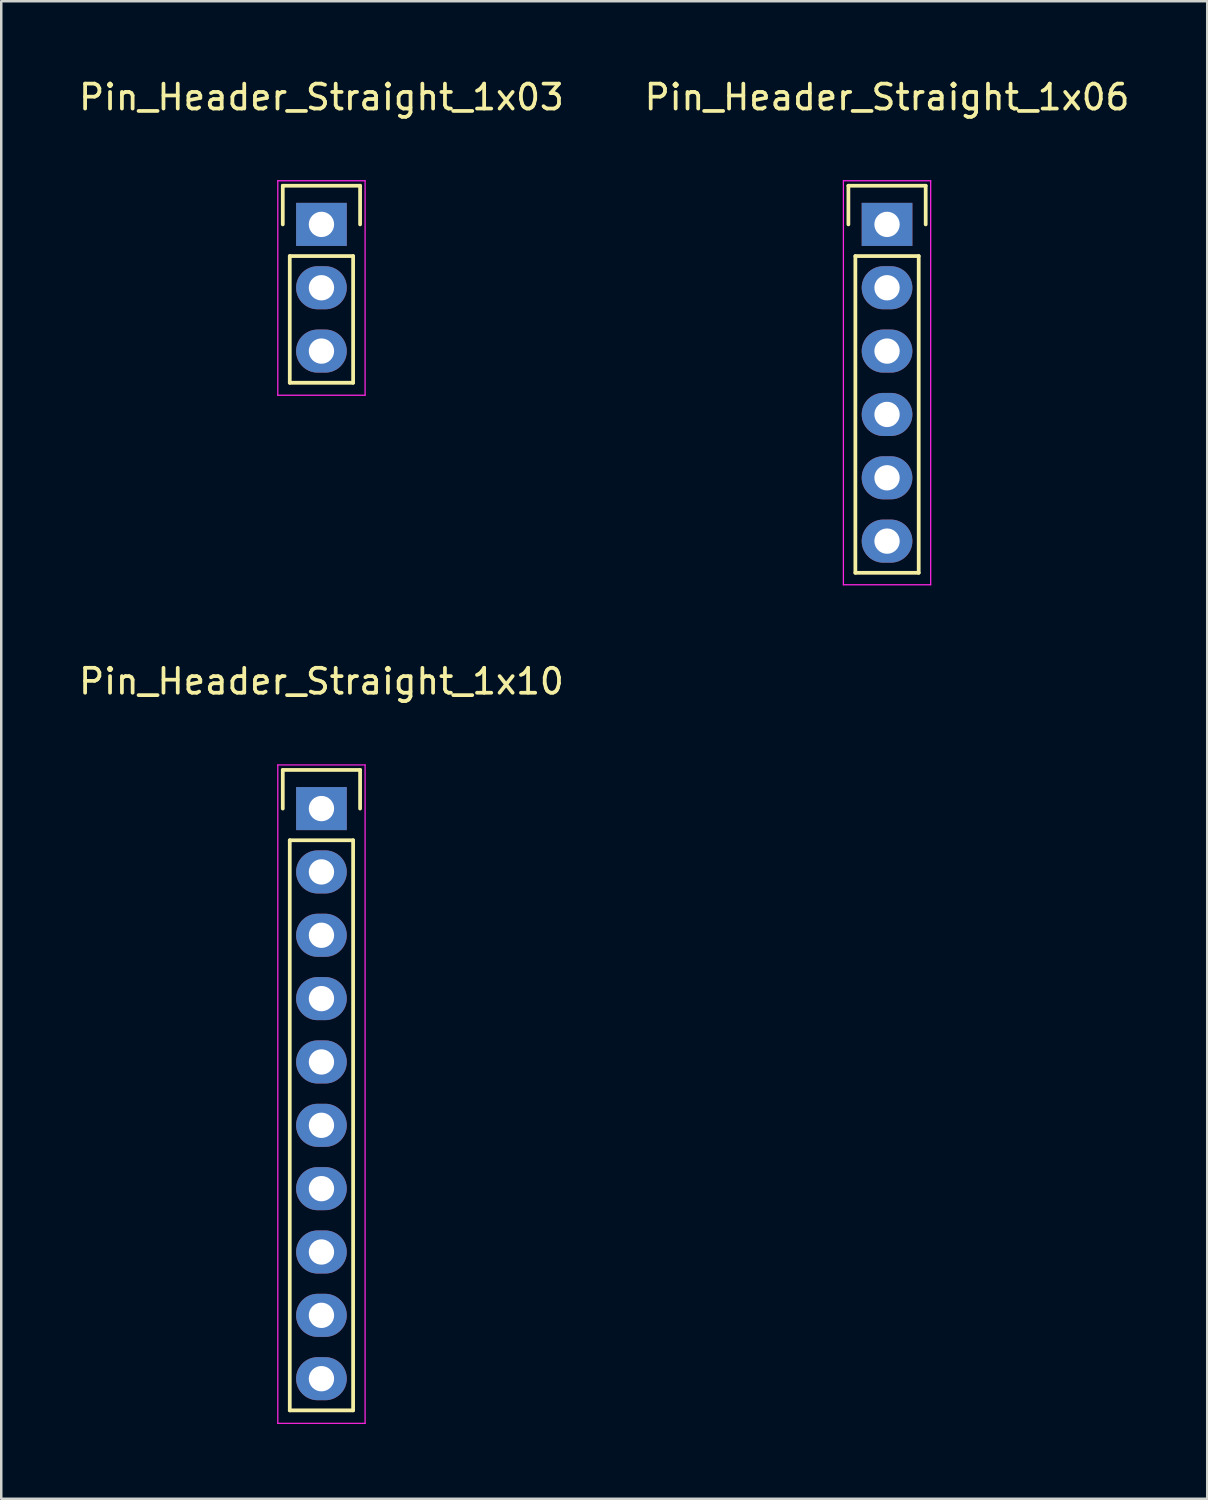
<source format=kicad_pcb>
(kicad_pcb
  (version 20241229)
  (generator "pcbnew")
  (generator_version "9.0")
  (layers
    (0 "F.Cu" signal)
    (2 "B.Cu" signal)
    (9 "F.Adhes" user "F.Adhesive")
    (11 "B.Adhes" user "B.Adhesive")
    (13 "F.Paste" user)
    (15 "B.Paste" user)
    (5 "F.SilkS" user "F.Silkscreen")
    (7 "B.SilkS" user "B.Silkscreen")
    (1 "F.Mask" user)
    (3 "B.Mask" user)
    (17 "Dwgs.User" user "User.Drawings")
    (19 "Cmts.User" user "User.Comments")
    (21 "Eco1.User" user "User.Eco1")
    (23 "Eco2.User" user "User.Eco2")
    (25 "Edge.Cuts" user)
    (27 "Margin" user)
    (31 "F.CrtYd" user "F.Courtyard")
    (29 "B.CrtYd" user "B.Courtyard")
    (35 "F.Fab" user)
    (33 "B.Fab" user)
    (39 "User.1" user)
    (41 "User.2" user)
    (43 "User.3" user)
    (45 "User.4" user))
  (footprint "Pin_Header_Straight_1x06"
    (layer "F.Cu")
    (at 32.518 5.948)
    (property "Reference" "Pin_Header_Straight_1x06" (at 0 -5.1 0) (layer "F.SilkS") (effects (font (size 1 1) (thickness 0.15))))
    (attr through_hole)
    (fp_line (start -1.55 -1.55) (end 1.55 -1.55) (stroke (width 0.15) (type solid)) (layer "F.SilkS"))
    (fp_line (start -1.55 0) (end -1.55 -1.55) (stroke (width 0.15) (type solid)) (layer "F.SilkS"))
    (fp_line (start -1.27 13.97) (end -1.27 1.27) (stroke (width 0.15) (type solid)) (layer "F.SilkS"))
    (fp_line (start 1.27 1.27) (end -1.27 1.27) (stroke (width 0.15) (type solid)) (layer "F.SilkS"))
    (fp_line (start 1.27 1.27) (end 1.27 13.97) (stroke (width 0.15) (type solid)) (layer "F.SilkS"))
    (fp_line (start 1.27 13.97) (end -1.27 13.97) (stroke (width 0.15) (type solid)) (layer "F.SilkS"))
    (fp_line (start 1.55 -1.55) (end 1.55 0) (stroke (width 0.15) (type solid)) (layer "F.SilkS"))
    (fp_line (start -1.75 -1.75) (end -1.75 14.45) (stroke (width 0.05) (type solid)) (layer "F.CrtYd"))
    (fp_line (start -1.75 -1.75) (end 1.75 -1.75) (stroke (width 0.05) (type solid)) (layer "F.CrtYd"))
    (fp_line (start -1.75 14.45) (end 1.75 14.45) (stroke (width 0.05) (type solid)) (layer "F.CrtYd"))
    (fp_line (start 1.75 -1.75) (end 1.75 14.45) (stroke (width 0.05) (type solid)) (layer "F.CrtYd"))
    (pad "1" thru_hole rect (at 0 0) (size 2.032 1.727) (drill 1.016) (layers "*.Cu" "*.Mask"))
    (pad "2" thru_hole oval (at 0 2.54) (size 2.032 1.727) (drill 1.016) (layers "*.Cu" "*.Mask"))
    (pad "3" thru_hole oval (at 0 5.08) (size 2.032 1.727) (drill 1.016) (layers "*.Cu" "*.Mask"))
    (pad "4" thru_hole oval (at 0 7.62) (size 2.032 1.727) (drill 1.016) (layers "*.Cu" "*.Mask"))
    (pad "5" thru_hole oval (at 0 10.16) (size 2.032 1.727) (drill 1.016) (layers "*.Cu" "*.Mask"))
    (pad "6" thru_hole oval (at 0 12.7) (size 2.032 1.727) (drill 1.016) (layers "*.Cu" "*.Mask")))
  (footprint "Pin_Header_Straight_1x10"
    (layer "F.Cu")
    (at 9.839 29.372)
    (property "Reference" "Pin_Header_Straight_1x10" (at 0 -5.1 0) (layer "F.SilkS") (effects (font (size 1 1) (thickness 0.15))))
    (attr through_hole)
    (fp_line (start -1.55 -1.55) (end 1.55 -1.55) (stroke (width 0.15) (type solid)) (layer "F.SilkS"))
    (fp_line (start -1.55 0) (end -1.55 -1.55) (stroke (width 0.15) (type solid)) (layer "F.SilkS"))
    (fp_line (start -1.27 24.13) (end -1.27 1.27) (stroke (width 0.15) (type solid)) (layer "F.SilkS"))
    (fp_line (start 1.27 1.27) (end -1.27 1.27) (stroke (width 0.15) (type solid)) (layer "F.SilkS"))
    (fp_line (start 1.27 1.27) (end 1.27 24.13) (stroke (width 0.15) (type solid)) (layer "F.SilkS"))
    (fp_line (start 1.27 24.13) (end -1.27 24.13) (stroke (width 0.15) (type solid)) (layer "F.SilkS"))
    (fp_line (start 1.55 -1.55) (end 1.55 0) (stroke (width 0.15) (type solid)) (layer "F.SilkS"))
    (fp_line (start -1.75 -1.75) (end -1.75 24.65) (stroke (width 0.05) (type solid)) (layer "F.CrtYd"))
    (fp_line (start -1.75 -1.75) (end 1.75 -1.75) (stroke (width 0.05) (type solid)) (layer "F.CrtYd"))
    (fp_line (start -1.75 24.65) (end 1.75 24.65) (stroke (width 0.05) (type solid)) (layer "F.CrtYd"))
    (fp_line (start 1.75 -1.75) (end 1.75 24.65) (stroke (width 0.05) (type solid)) (layer "F.CrtYd"))
    (pad "1" thru_hole rect (at 0 0) (size 2.032 1.727) (drill 1.016) (layers "*.Cu" "*.Mask"))
    (pad "2" thru_hole oval (at 0 2.54) (size 2.032 1.727) (drill 1.016) (layers "*.Cu" "*.Mask"))
    (pad "3" thru_hole oval (at 0 5.08) (size 2.032 1.727) (drill 1.016) (layers "*.Cu" "*.Mask"))
    (pad "4" thru_hole oval (at 0 7.62) (size 2.032 1.727) (drill 1.016) (layers "*.Cu" "*.Mask"))
    (pad "5" thru_hole oval (at 0 10.16) (size 2.032 1.727) (drill 1.016) (layers "*.Cu" "*.Mask"))
    (pad "6" thru_hole oval (at 0 12.7) (size 2.032 1.727) (drill 1.016) (layers "*.Cu" "*.Mask"))
    (pad "7" thru_hole oval (at 0 15.24) (size 2.032 1.727) (drill 1.016) (layers "*.Cu" "*.Mask"))
    (pad "8" thru_hole oval (at 0 17.78) (size 2.032 1.727) (drill 1.016) (layers "*.Cu" "*.Mask"))
    (pad "9" thru_hole oval (at 0 20.32) (size 2.032 1.727) (drill 1.016) (layers "*.Cu" "*.Mask"))
    (pad "10" thru_hole oval (at 0 22.86) (size 2.032 1.727) (drill 1.016) (layers "*.Cu" "*.Mask")))
  (footprint "Pin_Header_Straight_1x03"
    (layer "F.Cu")
    (at 9.839 5.948)
    (property "Reference" "Pin_Header_Straight_1x03" (at 0 -5.1 0) (layer "F.SilkS") (effects (font (size 1 1) (thickness 0.15))))
    (attr through_hole)
    (fp_line (start -1.55 -1.55) (end 1.55 -1.55) (stroke (width 0.15) (type solid)) (layer "F.SilkS"))
    (fp_line (start -1.55 0) (end -1.55 -1.55) (stroke (width 0.15) (type solid)) (layer "F.SilkS"))
    (fp_line (start -1.27 1.27) (end -1.27 6.35) (stroke (width 0.15) (type solid)) (layer "F.SilkS"))
    (fp_line (start -1.27 6.35) (end 1.27 6.35) (stroke (width 0.15) (type solid)) (layer "F.SilkS"))
    (fp_line (start 1.27 1.27) (end -1.27 1.27) (stroke (width 0.15) (type solid)) (layer "F.SilkS"))
    (fp_line (start 1.27 6.35) (end 1.27 1.27) (stroke (width 0.15) (type solid)) (layer "F.SilkS"))
    (fp_line (start 1.55 -1.55) (end 1.55 0) (stroke (width 0.15) (type solid)) (layer "F.SilkS"))
    (fp_line (start -1.75 -1.75) (end -1.75 6.85) (stroke (width 0.05) (type solid)) (layer "F.CrtYd"))
    (fp_line (start -1.75 -1.75) (end 1.75 -1.75) (stroke (width 0.05) (type solid)) (layer "F.CrtYd"))
    (fp_line (start -1.75 6.85) (end 1.75 6.85) (stroke (width 0.05) (type solid)) (layer "F.CrtYd"))
    (fp_line (start 1.75 -1.75) (end 1.75 6.85) (stroke (width 0.05) (type solid)) (layer "F.CrtYd"))
    (pad "1" thru_hole rect (at 0 0) (size 2.032 1.727) (drill 1.016) (layers "*.Cu" "*.Mask"))
    (pad "2" thru_hole oval (at 0 2.54) (size 2.032 1.727) (drill 1.016) (layers "*.Cu" "*.Mask"))
    (pad "3" thru_hole oval (at 0 5.08) (size 2.032 1.727) (drill 1.016) (layers "*.Cu" "*.Mask")))
  (gr_rect
    (start -3 -3)
    (end 45.357 57.047)
    (stroke (width 0.1) (type default))
    (fill no)
    (layer "Edge.Cuts")))
</source>
